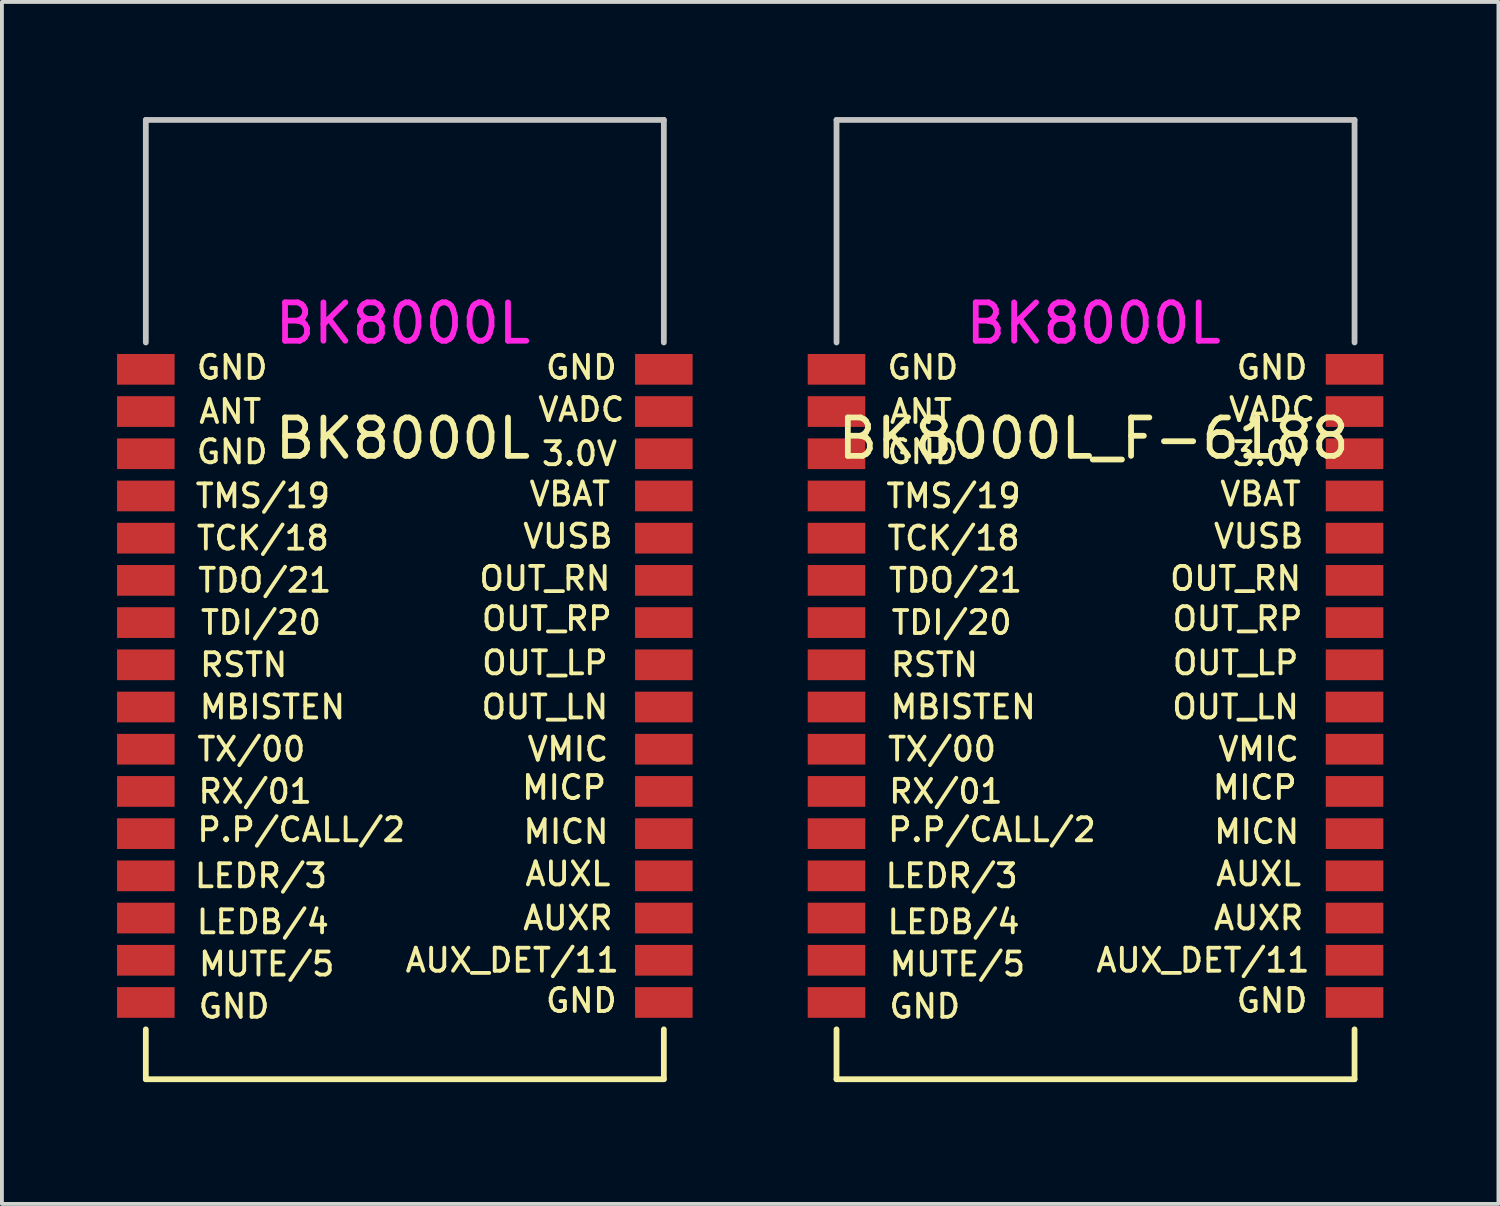
<source format=kicad_pcb>
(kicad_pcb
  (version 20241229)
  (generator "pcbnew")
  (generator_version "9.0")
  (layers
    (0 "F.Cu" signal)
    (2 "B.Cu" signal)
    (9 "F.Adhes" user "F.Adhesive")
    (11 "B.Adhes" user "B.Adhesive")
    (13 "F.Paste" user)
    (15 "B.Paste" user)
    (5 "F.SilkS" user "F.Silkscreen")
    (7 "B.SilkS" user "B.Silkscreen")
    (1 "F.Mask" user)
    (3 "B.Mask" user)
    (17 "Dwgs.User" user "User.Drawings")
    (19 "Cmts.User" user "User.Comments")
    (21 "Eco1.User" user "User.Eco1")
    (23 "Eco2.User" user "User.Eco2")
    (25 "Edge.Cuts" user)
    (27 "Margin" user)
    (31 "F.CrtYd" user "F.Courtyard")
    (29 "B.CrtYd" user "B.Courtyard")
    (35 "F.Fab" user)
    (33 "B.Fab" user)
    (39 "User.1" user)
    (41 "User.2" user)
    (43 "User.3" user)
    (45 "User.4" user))
  (footprint "BK8000L_F-6188"
    (layer "F.Cu")
    (at 18.75 25.075)
    (property "Reference" "BK8000L_F-6188" (at 6.7 -16.7 0) (layer "F.SilkS") (effects (font (size 1 1) (thickness 0.15))))
    (attr through_hole)
    (fp_line (start 0 -1.3) (end 0 0) (stroke (width 0.15) (type solid)) (layer "F.SilkS"))
    (fp_line (start 0 0) (end 13.5 0) (stroke (width 0.15) (type solid)) (layer "F.SilkS"))
    (fp_line (start 13.5 0) (end 13.5 -1.3) (stroke (width 0.15) (type solid)) (layer "F.SilkS"))
    (fp_line (start 0 -25) (end 13.5 -25) (stroke (width 0.15) (type solid)) (layer "Dwgs.User"))
    (fp_line (start 0 -19.2) (end 0 -25) (stroke (width 0.15) (type solid)) (layer "Dwgs.User"))
    (fp_line (start 13.5 -25) (end 13.5 -19.2) (stroke (width 0.15) (type solid)) (layer "Dwgs.User"))
    (fp_text user "GND" (at 11.35 -18.55 0) (layer "F.SilkS") (effects (font (size 0.6 0.6) (thickness 0.1))))
    (fp_text user "OUT_RN" (at 10.4 -13.05 0) (layer "F.SilkS") (effects (font (size 0.6 0.6) (thickness 0.1))))
    (fp_text user "RX/01" (at 2.85 -7.5 0) (layer "F.SilkS") (effects (font (size 0.6 0.6) (thickness 0.1))))
    (fp_text user "TDO/21" (at 3.1 -13 0) (layer "F.SilkS") (effects (font (size 0.6 0.6) (thickness 0.1))))
    (fp_text user "LEDB/4" (at 3.05 -4.1 0) (layer "F.SilkS") (effects (font (size 0.6 0.6) (thickness 0.1))))
    (fp_text user "TX/00" (at 2.75 -8.6 0) (layer "F.SilkS") (effects (font (size 0.6 0.6) (thickness 0.1))))
    (fp_text user "3.0V" (at 11.3 -16.3 0) (layer "F.SilkS") (effects (font (size 0.6 0.6) (thickness 0.1))))
    (fp_text user "VUSB" (at 11 -14.15 0) (layer "F.SilkS") (effects (font (size 0.6 0.6) (thickness 0.1))))
    (fp_text user "VBAT" (at 11.05 -15.25 0) (layer "F.SilkS") (effects (font (size 0.6 0.6) (thickness 0.1))))
    (fp_text user "MICP" (at 10.9 -7.6 0) (layer "F.SilkS") (effects (font (size 0.6 0.6) (thickness 0.1))))
    (fp_text user "P.P/CALL/2" (at 4.05 -6.5 0) (layer "F.SilkS") (effects (font (size 0.6 0.6) (thickness 0.1))))
    (fp_text user "AUXR" (at 11 -4.2 0) (layer "F.SilkS") (effects (font (size 0.6 0.6) (thickness 0.1))))
    (fp_text user "TCK/18" (at 3.05 -14.1 0) (layer "F.SilkS") (effects (font (size 0.6 0.6) (thickness 0.1))))
    (fp_text user "OUT_RP" (at 10.45 -12 0) (layer "F.SilkS") (effects (font (size 0.6 0.6) (thickness 0.1))))
    (fp_text user "TMS/19" (at 3.05 -15.2 0) (layer "F.SilkS") (effects (font (size 0.6 0.6) (thickness 0.1))))
    (fp_text user "VMIC" (at 11 -8.6 0) (layer "F.SilkS") (effects (font (size 0.6 0.6) (thickness 0.1))))
    (fp_text user "TDI/20" (at 3 -11.9 0) (layer "F.SilkS") (effects (font (size 0.6 0.6) (thickness 0.1))))
    (fp_text user "LEDR/3" (at 3 -5.3 0) (layer "F.SilkS") (effects (font (size 0.6 0.6) (thickness 0.1))))
    (fp_text user "GND" (at 2.25 -18.55 0) (layer "F.SilkS") (effects (font (size 0.6 0.6) (thickness 0.1))))
    (fp_text user "VADC" (at 11.35 -17.45 0) (layer "F.SilkS") (effects (font (size 0.6 0.6) (thickness 0.1))))
    (fp_text user "MUTE/5" (at 3.15 -3 0) (layer "F.SilkS") (effects (font (size 0.6 0.6) (thickness 0.1))))
    (fp_text user "MBISTEN" (at 3.3 -9.7 0) (layer "F.SilkS") (effects (font (size 0.6 0.6) (thickness 0.1))))
    (fp_text user "OUT_LN" (at 10.4 -9.7 0) (layer "F.SilkS") (effects (font (size 0.6 0.6) (thickness 0.1))))
    (fp_text user "GND" (at 2.3 -1.9 0) (layer "F.SilkS") (effects (font (size 0.6 0.6) (thickness 0.1))))
    (fp_text user "GND" (at 2.25 -16.35 0) (layer "F.SilkS") (effects (font (size 0.6 0.6) (thickness 0.1))))
    (fp_text user "OUT_LP" (at 10.4 -10.85 0) (layer "F.SilkS") (effects (font (size 0.6 0.6) (thickness 0.1))))
    (fp_text user "AUXL" (at 11 -5.35 0) (layer "F.SilkS") (effects (font (size 0.6 0.6) (thickness 0.1))))
    (fp_text user "RSTN" (at 2.55 -10.8 0) (layer "F.SilkS") (effects (font (size 0.6 0.6) (thickness 0.1))))
    (fp_text user "MICN" (at 10.95 -6.45 0) (layer "F.SilkS") (effects (font (size 0.6 0.6) (thickness 0.1))))
    (fp_text user "GND" (at 11.35 -2.05 0) (layer "F.SilkS") (effects (font (size 0.6 0.6) (thickness 0.1))))
    (fp_text user "ANT" (at 2.2 -17.4 0) (layer "F.SilkS") (effects (font (size 0.6 0.6) (thickness 0.1))))
    (fp_text user "AUX_DET/11" (at 9.55 -3.1 0) (layer "F.SilkS") (effects (font (size 0.6 0.6) (thickness 0.1))))
    (fp_text user "BK8000L" (at 6.7 -19.7 0) (layer "F.CrtYd") (effects (font (size 1 1) (thickness 0.15))))
    (pad "1" smd rect (at 0 -18.5) (size 1.5 0.8) (layers "F.Cu" "F.Mask" "F.Paste"))
    (pad "2" smd rect (at 0 -17.4) (size 1.5 0.8) (layers "F.Cu" "F.Mask" "F.Paste"))
    (pad "3" smd rect (at 0 -16.3) (size 1.5 0.8) (layers "F.Cu" "F.Mask" "F.Paste"))
    (pad "4" smd rect (at 0 -15.2) (size 1.5 0.8) (layers "F.Cu" "F.Mask" "F.Paste"))
    (pad "5" smd rect (at 0 -14.1) (size 1.5 0.8) (layers "F.Cu" "F.Mask" "F.Paste"))
    (pad "6" smd rect (at 0 -13) (size 1.5 0.8) (layers "F.Cu" "F.Mask" "F.Paste"))
    (pad "7" smd rect (at 0 -11.9) (size 1.5 0.8) (layers "F.Cu" "F.Mask" "F.Paste"))
    (pad "8" smd rect (at 0 -10.8) (size 1.5 0.8) (layers "F.Cu" "F.Mask" "F.Paste"))
    (pad "9" smd rect (at 0 -9.7) (size 1.5 0.8) (layers "F.Cu" "F.Mask" "F.Paste"))
    (pad "10" smd rect (at 0 -8.6) (size 1.5 0.8) (layers "F.Cu" "F.Mask" "F.Paste"))
    (pad "11" smd rect (at 0 -7.5) (size 1.5 0.8) (layers "F.Cu" "F.Mask" "F.Paste"))
    (pad "12" smd rect (at 0 -6.4) (size 1.5 0.8) (layers "F.Cu" "F.Mask" "F.Paste"))
    (pad "13" smd rect (at 0 -5.3) (size 1.5 0.8) (layers "F.Cu" "F.Mask" "F.Paste"))
    (pad "14" smd rect (at 0 -4.2) (size 1.5 0.8) (layers "F.Cu" "F.Mask" "F.Paste"))
    (pad "15" smd rect (at 0 -3.1) (size 1.5 0.8) (layers "F.Cu" "F.Mask" "F.Paste"))
    (pad "16" smd rect (at 0 -2) (size 1.5 0.8) (layers "F.Cu" "F.Mask" "F.Paste"))
    (pad "17" smd rect (at 13.5 -2) (size 1.5 0.8) (layers "F.Cu" "F.Mask" "F.Paste"))
    (pad "18" smd rect (at 13.5 -3.1) (size 1.5 0.8) (layers "F.Cu" "F.Mask" "F.Paste"))
    (pad "19" smd rect (at 13.5 -4.2) (size 1.5 0.8) (layers "F.Cu" "F.Mask" "F.Paste"))
    (pad "20" smd rect (at 13.5 -5.3) (size 1.5 0.8) (layers "F.Cu" "F.Mask" "F.Paste"))
    (pad "21" smd rect (at 13.5 -6.4) (size 1.5 0.8) (layers "F.Cu" "F.Mask" "F.Paste"))
    (pad "22" smd rect (at 13.5 -7.5) (size 1.5 0.8) (layers "F.Cu" "F.Mask" "F.Paste"))
    (pad "23" smd rect (at 13.5 -8.6) (size 1.5 0.8) (layers "F.Cu" "F.Mask" "F.Paste"))
    (pad "24" smd rect (at 13.5 -9.7) (size 1.5 0.8) (layers "F.Cu" "F.Mask" "F.Paste"))
    (pad "25" smd rect (at 13.5 -10.8) (size 1.5 0.8) (layers "F.Cu" "F.Mask" "F.Paste"))
    (pad "26" smd rect (at 13.5 -11.9) (size 1.5 0.8) (layers "F.Cu" "F.Mask" "F.Paste"))
    (pad "27" smd rect (at 13.5 -13) (size 1.5 0.8) (layers "F.Cu" "F.Mask" "F.Paste"))
    (pad "28" smd rect (at 13.5 -14.1) (size 1.5 0.8) (layers "F.Cu" "F.Mask" "F.Paste"))
    (pad "29" smd rect (at 13.5 -15.2) (size 1.5 0.8) (layers "F.Cu" "F.Mask" "F.Paste"))
    (pad "30" smd rect (at 13.5 -16.3) (size 1.5 0.8) (layers "F.Cu" "F.Mask" "F.Paste"))
    (pad "31" smd rect (at 13.5 -17.4) (size 1.5 0.8) (layers "F.Cu" "F.Mask" "F.Paste"))
    (pad "32" smd rect (at 13.5 -18.5) (size 1.5 0.8) (layers "F.Cu" "F.Mask" "F.Paste")))
  (footprint "BK8000L"
    (layer "F.Cu")
    (at 0.75 25.075)
    (property "Reference" "BK8000L" (at 6.7 -16.7 0) (layer "F.SilkS") (effects (font (size 1 1) (thickness 0.15))))
    (attr through_hole)
    (fp_line (start 0 -1.3) (end 0 0) (stroke (width 0.15) (type solid)) (layer "F.SilkS"))
    (fp_line (start 0 0) (end 13.5 0) (stroke (width 0.15) (type solid)) (layer "F.SilkS"))
    (fp_line (start 13.5 0) (end 13.5 -1.3) (stroke (width 0.15) (type solid)) (layer "F.SilkS"))
    (fp_line (start 0 -25) (end 13.5 -25) (stroke (width 0.15) (type solid)) (layer "Dwgs.User"))
    (fp_line (start 0 -19.2) (end 0 -25) (stroke (width 0.15) (type solid)) (layer "Dwgs.User"))
    (fp_line (start 13.5 -25) (end 13.5 -19.2) (stroke (width 0.15) (type solid)) (layer "Dwgs.User"))
    (fp_text user "MUTE/5" (at 3.15 -3 0) (layer "F.SilkS") (effects (font (size 0.6 0.6) (thickness 0.1))))
    (fp_text user "TCK/18" (at 3.05 -14.1 0) (layer "F.SilkS") (effects (font (size 0.6 0.6) (thickness 0.1))))
    (fp_text user "MICP" (at 10.9 -7.6 0) (layer "F.SilkS") (effects (font (size 0.6 0.6) (thickness 0.1))))
    (fp_text user "OUT_RN" (at 10.4 -13.05 0) (layer "F.SilkS") (effects (font (size 0.6 0.6) (thickness 0.1))))
    (fp_text user "OUT_RP" (at 10.45 -12 0) (layer "F.SilkS") (effects (font (size 0.6 0.6) (thickness 0.1))))
    (fp_text user "LEDR/3" (at 3 -5.3 0) (layer "F.SilkS") (effects (font (size 0.6 0.6) (thickness 0.1))))
    (fp_text user "MBISTEN" (at 3.3 -9.7 0) (layer "F.SilkS") (effects (font (size 0.6 0.6) (thickness 0.1))))
    (fp_text user "VUSB" (at 11 -14.15 0) (layer "F.SilkS") (effects (font (size 0.6 0.6) (thickness 0.1))))
    (fp_text user "GND" (at 2.25 -16.35 0) (layer "F.SilkS") (effects (font (size 0.6 0.6) (thickness 0.1))))
    (fp_text user "RSTN" (at 2.55 -10.8 0) (layer "F.SilkS") (effects (font (size 0.6 0.6) (thickness 0.1))))
    (fp_text user "AUXR" (at 11 -4.2 0) (layer "F.SilkS") (effects (font (size 0.6 0.6) (thickness 0.1))))
    (fp_text user "OUT_LP" (at 10.4 -10.85 0) (layer "F.SilkS") (effects (font (size 0.6 0.6) (thickness 0.1))))
    (fp_text user "GND" (at 11.35 -18.55 0) (layer "F.SilkS") (effects (font (size 0.6 0.6) (thickness 0.1))))
    (fp_text user "MICN" (at 10.95 -6.45 0) (layer "F.SilkS") (effects (font (size 0.6 0.6) (thickness 0.1))))
    (fp_text user "VADC" (at 11.35 -17.45 0) (layer "F.SilkS") (effects (font (size 0.6 0.6) (thickness 0.1))))
    (fp_text user "P.P/CALL/2" (at 4.05 -6.5 0) (layer "F.SilkS") (effects (font (size 0.6 0.6) (thickness 0.1))))
    (fp_text user "AUXL" (at 11 -5.35 0) (layer "F.SilkS") (effects (font (size 0.6 0.6) (thickness 0.1))))
    (fp_text user "AUX_DET/11" (at 9.55 -3.1 0) (layer "F.SilkS") (effects (font (size 0.6 0.6) (thickness 0.1))))
    (fp_text user "3.0V" (at 11.3 -16.3 0) (layer "F.SilkS") (effects (font (size 0.6 0.6) (thickness 0.1))))
    (fp_text user "GND" (at 11.35 -2.05 0) (layer "F.SilkS") (effects (font (size 0.6 0.6) (thickness 0.1))))
    (fp_text user "RX/01" (at 2.85 -7.5 0) (layer "F.SilkS") (effects (font (size 0.6 0.6) (thickness 0.1))))
    (fp_text user "ANT" (at 2.2 -17.4 0) (layer "F.SilkS") (effects (font (size 0.6 0.6) (thickness 0.1))))
    (fp_text user "TDI/20" (at 3 -11.9 0) (layer "F.SilkS") (effects (font (size 0.6 0.6) (thickness 0.1))))
    (fp_text user "GND" (at 2.25 -18.55 0) (layer "F.SilkS") (effects (font (size 0.6 0.6) (thickness 0.1))))
    (fp_text user "TDO/21" (at 3.1 -13 0) (layer "F.SilkS") (effects (font (size 0.6 0.6) (thickness 0.1))))
    (fp_text user "VMIC" (at 11 -8.6 0) (layer "F.SilkS") (effects (font (size 0.6 0.6) (thickness 0.1))))
    (fp_text user "VBAT" (at 11.05 -15.25 0) (layer "F.SilkS") (effects (font (size 0.6 0.6) (thickness 0.1))))
    (fp_text user "GND" (at 2.3 -1.9 0) (layer "F.SilkS") (effects (font (size 0.6 0.6) (thickness 0.1))))
    (fp_text user "OUT_LN" (at 10.4 -9.7 0) (layer "F.SilkS") (effects (font (size 0.6 0.6) (thickness 0.1))))
    (fp_text user "TMS/19" (at 3.05 -15.2 0) (layer "F.SilkS") (effects (font (size 0.6 0.6) (thickness 0.1))))
    (fp_text user "LEDB/4" (at 3.05 -4.1 0) (layer "F.SilkS") (effects (font (size 0.6 0.6) (thickness 0.1))))
    (fp_text user "TX/00" (at 2.75 -8.6 0) (layer "F.SilkS") (effects (font (size 0.6 0.6) (thickness 0.1))))
    (fp_text user "BK8000L" (at 6.7 -19.7 0) (layer "F.CrtYd") (effects (font (size 1 1) (thickness 0.15))))
    (pad "1" smd rect (at 0 -18.5) (size 1.5 0.8) (layers "F.Cu" "F.Mask" "F.Paste"))
    (pad "2" smd rect (at 0 -17.4) (size 1.5 0.8) (layers "F.Cu" "F.Mask" "F.Paste"))
    (pad "3" smd rect (at 0 -16.3) (size 1.5 0.8) (layers "F.Cu" "F.Mask" "F.Paste"))
    (pad "4" smd rect (at 0 -15.2) (size 1.5 0.8) (layers "F.Cu" "F.Mask" "F.Paste"))
    (pad "5" smd rect (at 0 -14.1) (size 1.5 0.8) (layers "F.Cu" "F.Mask" "F.Paste"))
    (pad "6" smd rect (at 0 -13) (size 1.5 0.8) (layers "F.Cu" "F.Mask" "F.Paste"))
    (pad "7" smd rect (at 0 -11.9) (size 1.5 0.8) (layers "F.Cu" "F.Mask" "F.Paste"))
    (pad "8" smd rect (at 0 -10.8) (size 1.5 0.8) (layers "F.Cu" "F.Mask" "F.Paste"))
    (pad "9" smd rect (at 0 -9.7) (size 1.5 0.8) (layers "F.Cu" "F.Mask" "F.Paste"))
    (pad "10" smd rect (at 0 -8.6) (size 1.5 0.8) (layers "F.Cu" "F.Mask" "F.Paste"))
    (pad "11" smd rect (at 0 -7.5) (size 1.5 0.8) (layers "F.Cu" "F.Mask" "F.Paste"))
    (pad "12" smd rect (at 0 -6.4) (size 1.5 0.8) (layers "F.Cu" "F.Mask" "F.Paste"))
    (pad "13" smd rect (at 0 -5.3) (size 1.5 0.8) (layers "F.Cu" "F.Mask" "F.Paste"))
    (pad "14" smd rect (at 0 -4.2) (size 1.5 0.8) (layers "F.Cu" "F.Mask" "F.Paste"))
    (pad "15" smd rect (at 0 -3.1) (size 1.5 0.8) (layers "F.Cu" "F.Mask" "F.Paste"))
    (pad "16" smd rect (at 0 -2) (size 1.5 0.8) (layers "F.Cu" "F.Mask" "F.Paste"))
    (pad "17" smd rect (at 13.5 -2) (size 1.5 0.8) (layers "F.Cu" "F.Mask" "F.Paste"))
    (pad "18" smd rect (at 13.5 -3.1) (size 1.5 0.8) (layers "F.Cu" "F.Mask" "F.Paste"))
    (pad "19" smd rect (at 13.5 -4.2) (size 1.5 0.8) (layers "F.Cu" "F.Mask" "F.Paste"))
    (pad "20" smd rect (at 13.5 -5.3) (size 1.5 0.8) (layers "F.Cu" "F.Mask" "F.Paste"))
    (pad "21" smd rect (at 13.5 -6.4) (size 1.5 0.8) (layers "F.Cu" "F.Mask" "F.Paste"))
    (pad "22" smd rect (at 13.5 -7.5) (size 1.5 0.8) (layers "F.Cu" "F.Mask" "F.Paste"))
    (pad "23" smd rect (at 13.5 -8.6) (size 1.5 0.8) (layers "F.Cu" "F.Mask" "F.Paste"))
    (pad "24" smd rect (at 13.5 -9.7) (size 1.5 0.8) (layers "F.Cu" "F.Mask" "F.Paste"))
    (pad "25" smd rect (at 13.5 -10.8) (size 1.5 0.8) (layers "F.Cu" "F.Mask" "F.Paste"))
    (pad "26" smd rect (at 13.5 -11.9) (size 1.5 0.8) (layers "F.Cu" "F.Mask" "F.Paste"))
    (pad "27" smd rect (at 13.5 -13) (size 1.5 0.8) (layers "F.Cu" "F.Mask" "F.Paste"))
    (pad "28" smd rect (at 13.5 -14.1) (size 1.5 0.8) (layers "F.Cu" "F.Mask" "F.Paste"))
    (pad "29" smd rect (at 13.5 -15.2) (size 1.5 0.8) (layers "F.Cu" "F.Mask" "F.Paste"))
    (pad "30" smd rect (at 13.5 -16.3) (size 1.5 0.8) (layers "F.Cu" "F.Mask" "F.Paste"))
    (pad "31" smd rect (at 13.5 -17.4) (size 1.5 0.8) (layers "F.Cu" "F.Mask" "F.Paste"))
    (pad "32" smd rect (at 13.5 -18.5) (size 1.5 0.8) (layers "F.Cu" "F.Mask" "F.Paste")))
  (gr_rect
    (start -3 -3)
    (end 36 28.325)
    (stroke (width 0.1) (type default))
    (fill no)
    (layer "Edge.Cuts")))
</source>
